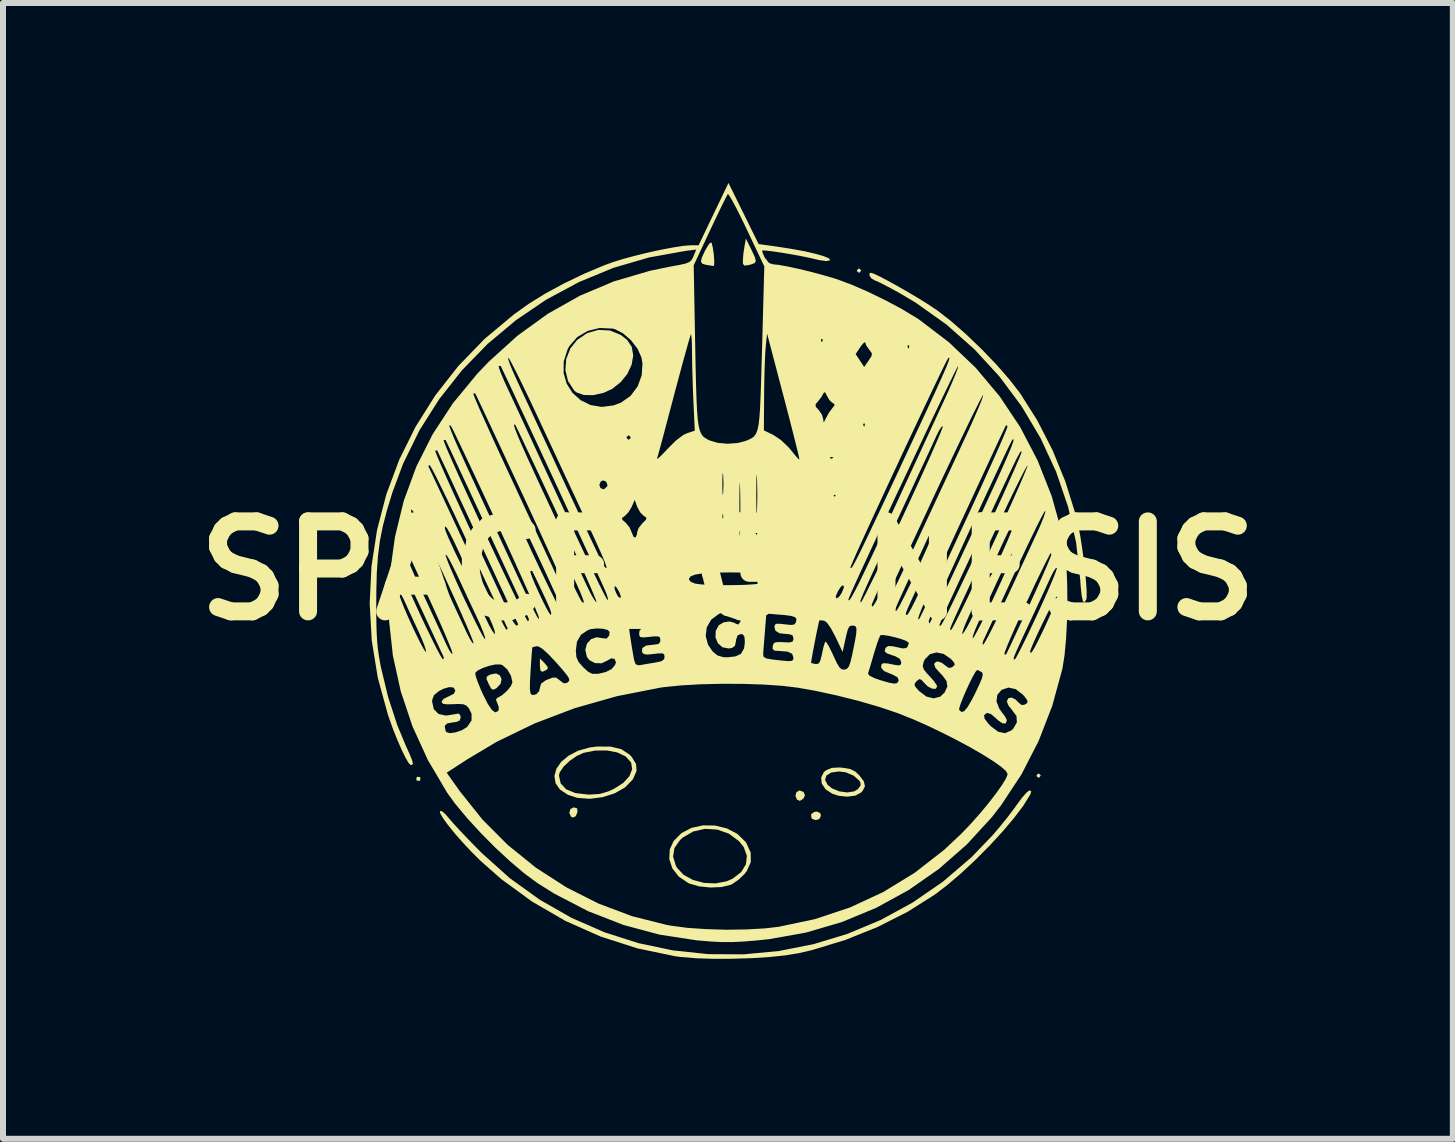
<source format=kicad_pcb>
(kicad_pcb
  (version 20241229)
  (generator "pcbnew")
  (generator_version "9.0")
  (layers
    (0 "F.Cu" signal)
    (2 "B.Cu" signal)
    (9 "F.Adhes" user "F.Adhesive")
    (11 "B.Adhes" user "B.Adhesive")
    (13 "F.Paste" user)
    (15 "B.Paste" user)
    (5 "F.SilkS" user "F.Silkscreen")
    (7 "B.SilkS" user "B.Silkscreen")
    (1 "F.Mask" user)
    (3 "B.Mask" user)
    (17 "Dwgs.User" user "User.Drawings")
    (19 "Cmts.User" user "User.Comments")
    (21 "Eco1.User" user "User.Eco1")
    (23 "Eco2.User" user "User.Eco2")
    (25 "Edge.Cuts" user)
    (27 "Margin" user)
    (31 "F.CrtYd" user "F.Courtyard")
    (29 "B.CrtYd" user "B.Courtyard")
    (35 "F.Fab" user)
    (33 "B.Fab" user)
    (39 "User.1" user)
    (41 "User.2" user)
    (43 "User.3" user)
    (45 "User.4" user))
  (footprint "SPACE_GENESIS"
    (layer "F.Cu")
    (at 9.086 6.464)
    (property "Reference" "SPACE_GENESIS" (at 0 0 0) (layer "F.SilkS") (effects (font (size 1.5 1.5) (thickness 0.3))))
    (attr board_only exclude_from_pos_files exclude_from_bom)
    (fp_poly (pts (xy -5.136 3.44) (xy -5.128 3.449) (xy -5.131 3.495) (xy -5.14 3.503) (xy -5.186 3.5) (xy -5.194 3.491) (xy -5.191 3.445) (xy -5.182 3.437)) (stroke (width 0) (type solid)) (fill yes) (layer "F.SilkS"))
    (fp_poly (pts (xy 2.218 -5.011) (xy 2.219 -5.002) (xy 2.193 -4.968) (xy 2.184 -4.967) (xy 2.15 -4.994) (xy 2.149 -5.002) (xy 2.176 -5.037) (xy 2.184 -5.038)) (stroke (width 0) (type solid)) (fill yes) (layer "F.SilkS"))
    (fp_poly (pts (xy 5.213 3.409) (xy 5.214 3.417) (xy 5.187 3.451) (xy 5.179 3.452) (xy 5.144 3.426) (xy 5.143 3.417) (xy 5.17 3.383) (xy 5.179 3.382)) (stroke (width 0) (type solid)) (fill yes) (layer "F.SilkS"))
    (fp_poly (pts (xy -3.056 1.543) (xy -3.006 1.602) (xy -3.006 1.637) (xy -3.03 1.656) (xy -3.095 1.687) (xy -3.127 1.664) (xy -3.135 1.579) (xy -3.135 1.577) (xy -3.135 1.464)) (stroke (width 0) (type solid)) (fill yes) (layer "F.SilkS"))
    (fp_poly (pts (xy -2.514 3.963) (xy -2.508 4.022) (xy -2.537 4.093) (xy -2.585 4.116) (xy -2.618 4.099) (xy -2.645 4.036) (xy -2.626 3.974) (xy -2.57 3.946) (xy -2.569 3.946)) (stroke (width 0) (type solid)) (fill yes) (layer "F.SilkS"))
    (fp_poly (pts (xy 1.261 3.689) (xy 1.284 3.746) (xy 1.258 3.8) (xy 1.199 3.838) (xy 1.151 3.816) (xy 1.125 3.755) (xy 1.142 3.693) (xy 1.192 3.664) (xy 1.194 3.664)) (stroke (width 0) (type solid)) (fill yes) (layer "F.SilkS"))
    (fp_poly (pts (xy 1.539 4.042) (xy 1.55 4.087) (xy 1.523 4.14) (xy 1.463 4.159) (xy 1.404 4.137) (xy 1.392 4.122) (xy 1.386 4.063) (xy 1.435 4.023) (xy 1.482 4.016)) (stroke (width 0) (type solid)) (fill yes) (layer "F.SilkS"))
    (fp_poly (pts (xy 0.395 -5.342) (xy 0.448 -5.229) (xy 0.465 -5.163) (xy 0.444 -5.127) (xy 0.381 -5.104) (xy 0.343 -5.095) (xy 0.274 -5.086) (xy 0.25 -5.116) (xy 0.249 -5.169) (xy 0.256 -5.271) (xy 0.273 -5.39) (xy 0.275 -5.402) (xy 0.299 -5.537)) (stroke (width 0) (type solid)) (fill yes) (layer "F.SilkS"))
    (fp_poly (pts (xy -3.802 1.746) (xy -3.774 1.81) (xy -3.791 1.887) (xy -3.859 1.959) (xy -3.86 1.96) (xy -3.91 1.985) (xy -3.946 1.968) (xy -3.985 1.898) (xy -3.989 1.889) (xy -4.024 1.81) (xy -4.022 1.769) (xy -3.978 1.74) (xy -3.957 1.73) (xy -3.865 1.713)) (stroke (width 0) (type solid)) (fill yes) (layer "F.SilkS"))
    (fp_poly (pts (xy -0.27 -5.46) (xy -0.252 -5.382) (xy -0.237 -5.282) (xy -0.229 -5.182) (xy -0.229 -5.107) (xy -0.238 -5.078) (xy -0.238 -5.078) (xy -0.289 -5.087) (xy -0.361 -5.098) (xy -0.425 -5.116) (xy -0.45 -5.152) (xy -0.436 -5.219) (xy -0.384 -5.331) (xy -0.371 -5.355) (xy -0.316 -5.447) (xy -0.28 -5.473)) (stroke (width 0) (type solid)) (fill yes) (layer "F.SilkS"))
    (fp_poly (pts (xy -1.969 -4.004) (xy -1.788 -3.931) (xy -1.682 -3.849) (xy -1.603 -3.729) (xy -1.579 -3.587) (xy -1.606 -3.433) (xy -1.677 -3.281) (xy -1.788 -3.143) (xy -1.933 -3.029) (xy -2.075 -2.964) (xy -2.247 -2.926) (xy -2.403 -2.929) (xy -2.525 -2.972) (xy -2.563 -3.003) (xy -2.666 -3.161) (xy -2.71 -3.341) (xy -2.697 -3.527) (xy -2.627 -3.705) (xy -2.514 -3.847) (xy -2.345 -3.962) (xy -2.158 -4.014)) (stroke (width 0) (type solid)) (fill yes) (layer "F.SilkS"))
    (fp_poly (pts (xy 1.91 3.285) (xy 2.035 3.306) (xy 2.123 3.349) (xy 2.191 3.413) (xy 2.266 3.514) (xy 2.284 3.594) (xy 2.246 3.67) (xy 2.219 3.699) (xy 2.124 3.75) (xy 1.99 3.768) (xy 1.841 3.752) (xy 1.738 3.718) (xy 1.627 3.644) (xy 1.564 3.549) (xy 1.558 3.488) (xy 1.619 3.488) (xy 1.66 3.569) (xy 1.735 3.629) (xy 1.859 3.68) (xy 1.991 3.697) (xy 2.106 3.679) (xy 2.164 3.644) (xy 2.212 3.581) (xy 2.208 3.529) (xy 2.192 3.503) (xy 2.096 3.417) (xy 1.961 3.361) (xy 1.849 3.347) (xy 1.718 3.366) (xy 1.64 3.417) (xy 1.619 3.488) (xy 1.558 3.488) (xy 1.554 3.448) (xy 1.6 3.357) (xy 1.639 3.326) (xy 1.73 3.288) (xy 1.854 3.281)) (stroke (width 0) (type solid)) (fill yes) (layer "F.SilkS"))
    (fp_poly (pts (xy -1.955 2.933) (xy -1.779 2.976) (xy -1.644 3.063) (xy -1.604 3.105) (xy -1.532 3.223) (xy -1.524 3.338) (xy -1.579 3.466) (xy -1.594 3.489) (xy -1.718 3.615) (xy -1.889 3.712) (xy -2.09 3.776) (xy -2.302 3.803) (xy -2.508 3.788) (xy -2.666 3.738) (xy -2.801 3.649) (xy -2.875 3.541) (xy -2.893 3.423) (xy -2.891 3.414) (xy -2.818 3.414) (xy -2.788 3.547) (xy -2.697 3.645) (xy -2.547 3.707) (xy -2.339 3.732) (xy -2.305 3.733) (xy -2.137 3.722) (xy -1.991 3.679) (xy -1.9 3.637) (xy -1.745 3.538) (xy -1.643 3.426) (xy -1.597 3.31) (xy -1.614 3.2) (xy -1.618 3.193) (xy -1.707 3.096) (xy -1.846 3.03) (xy -2.021 2.997) (xy -2.216 2.999) (xy -2.407 3.037) (xy -2.523 3.09) (xy -2.64 3.172) (xy -2.739 3.266) (xy -2.803 3.359) (xy -2.818 3.414) (xy -2.891 3.414) (xy -2.86 3.302) (xy -2.779 3.186) (xy -2.656 3.084) (xy -2.496 3.001) (xy -2.302 2.947) (xy -2.18 2.932)) (stroke (width 0) (type solid)) (fill yes) (layer "F.SilkS"))
    (fp_poly (pts (xy -0.215 4.249) (xy -0.02 4.296) (xy 0.154 4.386) (xy 0.293 4.521) (xy 0.307 4.541) (xy 0.379 4.7) (xy 0.381 4.858) (xy 0.313 5.009) (xy 0.274 5.059) (xy 0.18 5.149) (xy 0.079 5.22) (xy 0.046 5.237) (xy -0.106 5.274) (xy -0.292 5.282) (xy -0.481 5.263) (xy -0.643 5.216) (xy -0.663 5.207) (xy -0.82 5.1) (xy -0.927 4.963) (xy -0.978 4.808) (xy -0.976 4.767) (xy -0.915 4.767) (xy -0.868 4.919) (xy -0.849 4.953) (xy -0.739 5.071) (xy -0.583 5.156) (xy -0.399 5.205) (xy -0.205 5.214) (xy -0.021 5.178) (xy 0.078 5.135) (xy 0.221 5.024) (xy 0.301 4.893) (xy 0.315 4.752) (xy 0.263 4.608) (xy 0.184 4.509) (xy 0.015 4.384) (xy -0.179 4.316) (xy -0.382 4.304) (xy -0.578 4.348) (xy -0.753 4.449) (xy -0.8 4.492) (xy -0.892 4.624) (xy -0.915 4.767) (xy -0.976 4.767) (xy -0.97 4.648) (xy -0.907 4.509) (xy -0.777 4.376) (xy -0.608 4.288) (xy -0.416 4.246)) (stroke (width 0) (type solid)) (fill yes) (layer "F.SilkS"))
    (fp_poly (pts (xy 2.435 -4.95) (xy 2.536 -4.902) (xy 2.672 -4.83) (xy 2.832 -4.742) (xy 3.002 -4.644) (xy 3.171 -4.544) (xy 3.327 -4.447) (xy 3.457 -4.361) (xy 3.487 -4.341) (xy 3.719 -4.161) (xy 3.973 -3.938) (xy 4.233 -3.689) (xy 4.481 -3.43) (xy 4.702 -3.176) (xy 4.87 -2.959) (xy 5.156 -2.507) (xy 5.411 -2.01) (xy 5.625 -1.486) (xy 5.79 -0.957) (xy 5.843 -0.736) (xy 5.874 -0.576) (xy 5.903 -0.39) (xy 5.93 -0.191) (xy 5.953 0.005) (xy 5.97 0.185) (xy 5.98 0.335) (xy 5.98 0.44) (xy 5.975 0.479) (xy 5.944 0.529) (xy 5.918 0.508) (xy 5.897 0.417) (xy 5.88 0.256) (xy 5.873 0.15) (xy 5.805 -0.465) (xy 5.67 -1.066) (xy 5.471 -1.649) (xy 5.212 -2.209) (xy 4.897 -2.739) (xy 4.528 -3.235) (xy 4.108 -3.692) (xy 3.642 -4.104) (xy 3.132 -4.467) (xy 2.867 -4.625) (xy 2.719 -4.706) (xy 2.587 -4.775) (xy 2.487 -4.824) (xy 2.44 -4.843) (xy 2.388 -4.876) (xy 2.359 -4.923) (xy 2.362 -4.96) (xy 2.382 -4.967)) (stroke (width 0) (type solid)) (fill yes) (layer "F.SilkS"))
    (fp_poly (pts (xy 5.057 3.676) (xy 5.044 3.723) (xy 5.033 3.743) (xy 4.924 3.919) (xy 4.768 4.125) (xy 4.576 4.352) (xy 4.358 4.588) (xy 4.126 4.822) (xy 3.888 5.044) (xy 3.656 5.242) (xy 3.452 5.398) (xy 2.997 5.686) (xy 2.493 5.941) (xy 1.958 6.156) (xy 1.41 6.323) (xy 1.18 6.377) (xy 0.961 6.413) (xy 0.691 6.441) (xy 0.388 6.46) (xy 0.069 6.47) (xy -0.245 6.471) (xy -0.537 6.461) (xy -0.788 6.44) (xy -0.874 6.429) (xy -1.509 6.297) (xy -2.122 6.1) (xy -2.709 5.839) (xy -3.264 5.518) (xy -3.783 5.139) (xy -4.127 4.835) (xy -4.278 4.685) (xy -4.424 4.529) (xy -4.556 4.378) (xy -4.667 4.241) (xy -4.75 4.127) (xy -4.797 4.045) (xy -4.803 4.007) (xy -4.769 4.009) (xy -4.706 4.064) (xy -4.655 4.124) (xy -4.588 4.202) (xy -4.482 4.318) (xy -4.349 4.458) (xy -4.201 4.61) (xy -4.107 4.705) (xy -3.638 5.126) (xy -3.137 5.486) (xy -2.61 5.787) (xy -2.06 6.028) (xy -1.494 6.209) (xy -0.915 6.331) (xy -0.328 6.393) (xy 0.261 6.396) (xy 0.848 6.341) (xy 1.429 6.226) (xy 1.997 6.053) (xy 2.549 5.822) (xy 3.08 5.532) (xy 3.585 5.184) (xy 4.059 4.778) (xy 4.414 4.409) (xy 4.54 4.261) (xy 4.671 4.098) (xy 4.783 3.949) (xy 4.816 3.902) (xy 4.898 3.791) (xy 4.969 3.708) (xy 5.019 3.666) (xy 5.028 3.664)) (stroke (width 0) (type solid)) (fill yes) (layer "F.SilkS"))
    (fp_poly (pts (xy 0.26 -5.955) (xy 0.511 -5.445) (xy 0.828 -5.401) (xy 1.065 -5.364) (xy 1.277 -5.325) (xy 1.455 -5.284) (xy 1.592 -5.245) (xy 1.678 -5.21) (xy 1.704 -5.18) (xy 1.7 -5.174) (xy 1.641 -5.161) (xy 1.519 -5.178) (xy 1.449 -5.195) (xy 1.335 -5.221) (xy 1.191 -5.25) (xy 1.033 -5.278) (xy 0.877 -5.304) (xy 0.738 -5.324) (xy 0.632 -5.337) (xy 0.575 -5.339) (xy 0.57 -5.337) (xy 0.577 -5.302) (xy 0.608 -5.23) (xy 0.615 -5.217) (xy 0.685 -5.129) (xy 0.75 -5.108) (xy 0.848 -5.098) (xy 0.997 -5.071) (xy 1.181 -5.031) (xy 1.383 -4.982) (xy 1.585 -4.928) (xy 1.773 -4.873) (xy 1.8 -4.865) (xy 2.05 -4.773) (xy 2.333 -4.65) (xy 2.626 -4.508) (xy 2.906 -4.358) (xy 3.149 -4.211) (xy 3.189 -4.185) (xy 3.684 -3.808) (xy 4.131 -3.382) (xy 4.529 -2.908) (xy 4.874 -2.391) (xy 5.164 -1.834) (xy 5.398 -1.241) (xy 5.573 -0.614) (xy 5.591 -0.528) (xy 5.623 -0.324) (xy 5.644 -0.067) (xy 5.656 0.226) (xy 5.659 0.537) (xy 5.652 0.85) (xy 5.636 1.148) (xy 5.611 1.413) (xy 5.577 1.628) (xy 5.574 1.642) (xy 5.407 2.252) (xy 5.18 2.838) (xy 4.896 3.392) (xy 4.558 3.905) (xy 4.401 4.108) (xy 3.981 4.566) (xy 3.516 4.973) (xy 3.01 5.326) (xy 2.469 5.622) (xy 1.897 5.859) (xy 1.299 6.034) (xy 0.681 6.144) (xy 0.487 6.164) (xy 0.257 6.183) (xy 0.071 6.192) (xy -0.098 6.192) (xy -0.278 6.183) (xy -0.493 6.165) (xy -0.527 6.162) (xy -1.14 6.068) (xy -1.743 5.906) (xy -2.329 5.678) (xy -2.892 5.386) (xy -3.172 5.211) (xy -3.387 5.053) (xy -3.626 4.851) (xy -3.877 4.619) (xy -4.123 4.371) (xy -4.352 4.121) (xy -4.549 3.884) (xy -4.682 3.701) (xy -4.878 3.368) (xy -4.689 3.368) (xy -4.467 3.681) (xy -4.093 4.149) (xy -3.668 4.575) (xy -3.2 4.953) (xy -2.694 5.279) (xy -2.158 5.55) (xy -1.599 5.76) (xy -1.024 5.905) (xy -0.953 5.918) (xy -0.682 5.954) (xy -0.364 5.976) (xy -0.025 5.986) (xy 0.312 5.981) (xy 0.624 5.963) (xy 0.845 5.937) (xy 1.452 5.809) (xy 2.034 5.615) (xy 2.588 5.358) (xy 3.111 5.038) (xy 3.6 4.658) (xy 3.892 4.384) (xy 4.045 4.224) (xy 4.197 4.053) (xy 4.34 3.881) (xy 4.466 3.719) (xy 4.567 3.576) (xy 4.636 3.464) (xy 4.663 3.392) (xy 4.663 3.392) (xy 4.635 3.34) (xy 4.551 3.266) (xy 4.419 3.173) (xy 4.248 3.066) (xy 4.047 2.949) (xy 3.822 2.828) (xy 3.584 2.707) (xy 3.341 2.59) (xy 3.1 2.483) (xy 2.916 2.409) (xy 4.27 2.409) (xy 4.278 2.466) (xy 4.342 2.551) (xy 4.382 2.593) (xy 4.506 2.686) (xy 4.62 2.709) (xy 4.724 2.664) (xy 4.755 2.636) (xy 4.817 2.529) (xy 4.81 2.423) (xy 4.738 2.325) (xy 4.678 2.25) (xy 4.65 2.182) (xy 4.65 2.178) (xy 4.674 2.126) (xy 4.73 2.116) (xy 4.796 2.148) (xy 4.831 2.186) (xy 4.893 2.239) (xy 4.941 2.236) (xy 4.991 2.206) (xy 4.992 2.164) (xy 4.942 2.095) (xy 4.917 2.067) (xy 4.798 1.975) (xy 4.676 1.949) (xy 4.562 1.987) (xy 4.49 2.071) (xy 4.477 2.18) (xy 4.523 2.3) (xy 4.562 2.354) (xy 4.619 2.43) (xy 4.649 2.488) (xy 4.65 2.495) (xy 4.63 2.547) (xy 4.577 2.545) (xy 4.5 2.492) (xy 4.473 2.465) (xy 4.39 2.394) (xy 4.325 2.371) (xy 4.316 2.373) (xy 4.27 2.409) (xy 2.916 2.409) (xy 2.871 2.391) (xy 2.836 2.377) (xy 2.614 2.302) (xy 3.854 2.302) (xy 3.855 2.32) (xy 3.893 2.356) (xy 3.938 2.343) (xy 3.994 2.276) (xy 4.067 2.151) (xy 4.123 2.042) (xy 4.193 1.893) (xy 4.234 1.795) (xy 4.248 1.735) (xy 4.24 1.701) (xy 4.227 1.69) (xy 4.172 1.661) (xy 4.155 1.656) (xy 4.128 1.686) (xy 4.083 1.764) (xy 4.027 1.875) (xy 3.969 2.001) (xy 3.916 2.125) (xy 3.875 2.231) (xy 3.854 2.302) (xy 2.614 2.302) (xy 2.531 2.274) (xy 2.181 2.172) (xy 1.81 2.079) (xy 1.443 2) (xy 1.158 1.95) (xy 0.897 1.919) (xy 0.585 1.898) (xy 0.242 1.887) (xy -0.113 1.886) (xy -0.462 1.894) (xy -0.784 1.913) (xy -1.062 1.941) (xy -1.127 1.95) (xy -1.853 2.093) (xy -2.556 2.293) (xy -3.226 2.548) (xy -3.858 2.854) (xy -4.344 3.144) (xy -4.689 3.368) (xy -4.878 3.368) (xy -5.001 3.161) (xy -5.259 2.596) (xy -5.397 2.184) (xy -4.932 2.184) (xy -4.904 2.309) (xy -4.825 2.389) (xy -4.707 2.415) (xy -4.658 2.41) (xy -4.563 2.394) (xy -4.498 2.383) (xy -4.492 2.382) (xy -4.463 2.408) (xy -4.456 2.448) (xy -4.472 2.498) (xy -4.529 2.522) (xy -4.589 2.53) (xy -4.681 2.547) (xy -4.718 2.583) (xy -4.721 2.603) (xy -4.707 2.671) (xy -4.694 2.692) (xy -4.635 2.709) (xy -4.541 2.696) (xy -4.438 2.661) (xy -4.353 2.609) (xy -4.346 2.602) (xy -4.275 2.498) (xy -4.274 2.386) (xy -4.319 2.295) (xy -4.361 2.248) (xy -4.417 2.226) (xy -4.508 2.222) (xy -4.575 2.226) (xy -4.691 2.228) (xy -4.753 2.218) (xy -4.773 2.191) (xy -4.774 2.184) (xy -4.743 2.139) (xy -4.668 2.101) (xy -4.659 2.098) (xy -4.57 2.053) (xy -4.545 2.001) (xy -4.571 1.95) (xy -4.642 1.94) (xy -4.744 1.969) (xy -4.818 2.008) (xy -4.9 2.074) (xy -4.93 2.151) (xy -4.932 2.184) (xy -5.397 2.184) (xy -5.455 2.012) (xy -5.522 1.705) (xy -4.213 1.705) (xy -4.206 1.754) (xy -4.174 1.849) (xy -4.123 1.975) (xy -4.088 2.054) (xy -4.004 2.221) (xy -3.935 2.322) (xy -3.879 2.362) (xy -3.834 2.341) (xy -3.823 2.326) (xy -3.821 2.272) (xy -3.843 2.213) (xy -3.868 2.15) (xy -3.847 2.122) (xy -3.844 2.121) (xy -3.765 2.076) (xy -3.683 2.003) (xy -3.661 1.977) (xy -3.302 1.977) (xy -3.292 2.044) (xy -3.269 2.072) (xy -3.229 2.07) (xy -3.191 2.057) (xy -3.148 2.009) (xy -3.135 1.952) (xy -3.116 1.885) (xy -3.115 1.884) (xy 3.112 1.884) (xy 3.116 1.924) (xy 3.165 1.984) (xy 3.186 2.006) (xy 3.307 2.098) (xy 3.428 2.129) (xy 3.539 2.101) (xy 3.612 2.031) (xy 3.658 1.932) (xy 3.644 1.839) (xy 3.569 1.738) (xy 3.537 1.707) (xy 3.459 1.62) (xy 3.436 1.555) (xy 3.47 1.519) (xy 3.507 1.515) (xy 3.569 1.538) (xy 3.623 1.58) (xy 3.682 1.623) (xy 3.734 1.611) (xy 3.747 1.602) (xy 3.78 1.569) (xy 3.771 1.532) (xy 3.719 1.474) (xy 4.764 1.474) (xy 4.773 1.479) (xy 4.782 1.48) (xy 4.804 1.449) (xy 4.85 1.363) (xy 4.857 1.35) (xy 5.038 1.35) (xy 5.045 1.375) (xy 5.069 1.353) (xy 5.113 1.281) (xy 5.178 1.154) (xy 5.268 0.968) (xy 5.287 0.927) (xy 5.363 0.761) (xy 5.425 0.616) (xy 5.469 0.503) (xy 5.488 0.436) (xy 5.488 0.427) (xy 5.472 0.442) (xy 5.432 0.509) (xy 5.376 0.614) (xy 5.31 0.745) (xy 5.24 0.888) (xy 5.171 1.032) (xy 5.111 1.163) (xy 5.065 1.269) (xy 5.04 1.336) (xy 5.038 1.35) (xy 4.857 1.35) (xy 4.917 1.231) (xy 5 1.062) (xy 5.094 0.864) (xy 5.154 0.736) (xy 5.251 0.523) (xy 5.337 0.33) (xy 5.406 0.168) (xy 5.456 0.044) (xy 5.482 -0.031) (xy 5.484 -0.048) (xy 5.464 -0.041) (xy 5.425 0.019) (xy 5.381 0.106) (xy 5.337 0.202) (xy 5.27 0.348) (xy 5.186 0.527) (xy 5.094 0.725) (xy 5.024 0.875) (xy 4.926 1.085) (xy 4.855 1.24) (xy 4.806 1.348) (xy 4.777 1.417) (xy 4.764 1.456) (xy 4.764 1.474) (xy 3.719 1.474) (xy 3.716 1.471) (xy 3.598 1.389) (xy 4.607 1.389) (xy 4.607 1.39) (xy 4.635 1.401) (xy 4.635 1.4) (xy 4.652 1.367) (xy 4.694 1.279) (xy 4.758 1.143) (xy 4.839 0.969) (xy 4.935 0.765) (xy 5.036 0.547) (xy 5.14 0.32) (xy 5.233 0.111) (xy 5.312 -0.068) (xy 5.371 -0.211) (xy 5.407 -0.307) (xy 5.418 -0.347) (xy 5.401 -0.33) (xy 5.359 -0.256) (xy 5.295 -0.133) (xy 5.214 0.031) (xy 5.118 0.229) (xy 5.013 0.454) (xy 4.998 0.486) (xy 4.891 0.718) (xy 4.797 0.927) (xy 4.717 1.108) (xy 4.657 1.25) (xy 4.619 1.347) (xy 4.607 1.389) (xy 3.598 1.389) (xy 3.597 1.388) (xy 3.476 1.363) (xy 3.366 1.393) (xy 3.283 1.477) (xy 3.261 1.525) (xy 3.247 1.588) (xy 3.263 1.643) (xy 3.319 1.714) (xy 3.357 1.754) (xy 3.431 1.837) (xy 3.478 1.905) (xy 3.488 1.93) (xy 3.464 1.969) (xy 3.406 1.968) (xy 3.334 1.932) (xy 3.278 1.878) (xy 3.224 1.818) (xy 3.188 1.808) (xy 3.145 1.843) (xy 3.112 1.884) (xy -3.115 1.884) (xy -3.047 1.833) (xy -3.006 1.814) (xy -2.919 1.782) (xy -2.866 1.783) (xy -2.815 1.819) (xy -2.801 1.831) (xy -2.739 1.877) (xy -2.689 1.873) (xy -2.668 1.858) (xy -2.646 1.834) (xy -2.649 1.799) (xy -2.681 1.745) (xy -2.749 1.661) (xy -2.859 1.536) (xy -2.862 1.532) (xy -2.996 1.39) (xy -3.06 1.332) (xy -2.536 1.332) (xy -2.527 1.44) (xy -2.49 1.523) (xy -2.412 1.611) (xy -2.33 1.686) (xy -2.263 1.719) (xy -2.182 1.72) (xy -2.145 1.716) (xy -2.142 1.715) (xy 2.335 1.715) (xy 2.358 1.749) (xy 2.441 1.791) (xy 2.542 1.826) (xy 2.683 1.867) (xy 2.771 1.883) (xy 2.819 1.875) (xy 2.842 1.842) (xy 2.847 1.824) (xy 2.825 1.775) (xy 2.737 1.729) (xy 2.706 1.718) (xy 2.601 1.672) (xy 2.557 1.621) (xy 2.554 1.6) (xy 2.562 1.558) (xy 2.594 1.542) (xy 2.666 1.547) (xy 2.774 1.569) (xy 2.853 1.58) (xy 2.884 1.562) (xy 2.889 1.525) (xy 2.865 1.469) (xy 2.788 1.426) (xy 2.748 1.413) (xy 2.651 1.379) (xy 2.613 1.346) (xy 2.622 1.3) (xy 2.635 1.279) (xy 2.672 1.256) (xy 2.746 1.26) (xy 2.814 1.275) (xy 2.915 1.296) (xy 2.971 1.29) (xy 2.996 1.266) (xy 3.011 1.222) (xy 4.243 1.222) (xy 4.256 1.233) (xy 4.279 1.202) (xy 4.327 1.116) (xy 4.395 0.984) (xy 4.479 0.814) (xy 4.574 0.614) (xy 4.643 0.467) (xy 4.755 0.227) (xy 4.866 -0.014) (xy 4.972 -0.241) (xy 5.064 -0.44) (xy 5.136 -0.595) (xy 5.158 -0.642) (xy 5.22 -0.783) (xy 5.266 -0.898) (xy 5.29 -0.976) (xy 5.291 -1) (xy 5.27 -0.973) (xy 5.225 -0.889) (xy 5.157 -0.756) (xy 5.071 -0.58) (xy 4.97 -0.37) (xy 4.858 -0.132) (xy 4.775 0.047) (xy 4.657 0.304) (xy 4.547 0.542) (xy 4.449 0.754) (xy 4.367 0.931) (xy 4.305 1.065) (xy 4.266 1.148) (xy 4.255 1.171) (xy 4.243 1.222) (xy 3.011 1.222) (xy 3.014 1.212) (xy 3.011 1.197) (xy 2.968 1.169) (xy 2.88 1.137) (xy 2.835 1.125) (xy 4.08 1.125) (xy 4.083 1.127) (xy 4.106 1.097) (xy 4.153 1.012) (xy 4.221 0.881) (xy 4.303 0.713) (xy 4.397 0.519) (xy 4.436 0.436) (xy 4.555 0.179) (xy 4.643 -0.018) (xy 4.703 -0.158) (xy 4.734 -0.243) (xy 4.738 -0.277) (xy 4.716 -0.263) (xy 4.696 -0.239) (xy 4.672 -0.199) (xy 4.63 -0.117) (xy 4.567 0.013) (xy 4.482 0.193) (xy 4.373 0.429) (xy 4.238 0.723) (xy 4.17 0.872) (xy 4.119 0.99) (xy 4.087 1.079) (xy 4.08 1.125) (xy 2.835 1.125) (xy 2.771 1.107) (xy 2.663 1.083) (xy 2.578 1.072) (xy 2.541 1.077) (xy 2.519 1.124) (xy 2.484 1.221) (xy 2.444 1.349) (xy 2.431 1.392) (xy 2.392 1.527) (xy 2.359 1.638) (xy 2.338 1.706) (xy 2.335 1.715) (xy -2.142 1.715) (xy -2.036 1.689) (xy -1.947 1.645) (xy -1.935 1.636) (xy -1.883 1.573) (xy -1.867 1.529) (xy -1.891 1.47) (xy -1.948 1.462) (xy -2.007 1.496) (xy -2.105 1.544) (xy -2.216 1.541) (xy -2.311 1.491) (xy -2.353 1.435) (xy -2.378 1.32) (xy -2.351 1.217) (xy -2.283 1.142) (xy -2.187 1.11) (xy -2.104 1.124) (xy -2.023 1.133) (xy -1.98 1.082) (xy -1.973 1.02) (xy -2.004 0.989) (xy -2.081 0.969) (xy -2.181 0.963) (xy -2.28 0.973) (xy -2.327 0.987) (xy -2.449 1.066) (xy -2.517 1.183) (xy -2.536 1.332) (xy -3.06 1.332) (xy -3.095 1.301) (xy -3.163 1.262) (xy -3.185 1.26) (xy -3.245 1.272) (xy -3.261 1.278) (xy -3.265 1.314) (xy -3.273 1.406) (xy -3.282 1.54) (xy -3.291 1.682) (xy -3.301 1.86) (xy -3.302 1.977) (xy -3.661 1.977) (xy -3.619 1.924) (xy -3.593 1.862) (xy -3.618 1.751) (xy -3.678 1.647) (xy -3.758 1.576) (xy -3.789 1.564) (xy -3.872 1.563) (xy -3.981 1.586) (xy -4.091 1.624) (xy -4.178 1.668) (xy -4.213 1.705) (xy -5.522 1.705) (xy -5.586 1.416) (xy -5.652 0.814) (xy -5.651 0.374) (xy -5.484 0.374) (xy -5.476 0.418) (xy -5.443 0.51) (xy -5.392 0.635) (xy -5.329 0.78) (xy -5.26 0.933) (xy -5.19 1.08) (xy -5.127 1.207) (xy -5.075 1.302) (xy -5.042 1.351) (xy -5.034 1.354) (xy -5.037 1.318) (xy -5.066 1.231) (xy -5.116 1.109) (xy -5.167 0.995) (xy -5.243 0.833) (xy -5.315 0.677) (xy -5.373 0.548) (xy -5.398 0.493) (xy -5.441 0.41) (xy -5.473 0.371) (xy -5.484 0.374) (xy -5.651 0.374) (xy -5.65 0.215) (xy -5.64 0.074) (xy -5.625 -0.028) (xy -5.453 -0.028) (xy -5.442 0.018) (xy -5.405 0.114) (xy -5.348 0.251) (xy -5.275 0.416) (xy -5.192 0.599) (xy -5.104 0.79) (xy -5.015 0.977) (xy -4.931 1.149) (xy -4.858 1.296) (xy -4.799 1.406) (xy -4.761 1.469) (xy -4.75 1.48) (xy -4.736 1.454) (xy -4.749 1.418) (xy -4.772 1.369) (xy -4.82 1.266) (xy -4.888 1.12) (xy -4.972 0.939) (xy -5.066 0.736) (xy -5.111 0.639) (xy -5.206 0.436) (xy -5.292 0.259) (xy -5.363 0.118) (xy -5.417 0.02) (xy -5.447 -0.027) (xy -5.453 -0.028) (xy -5.625 -0.028) (xy -5.577 -0.379) (xy -5.41 -0.379) (xy -5.402 -0.343) (xy -5.367 -0.252) (xy -5.311 -0.117) (xy -5.236 0.054) (xy -5.147 0.25) (xy -5.106 0.34) (xy -5.004 0.559) (xy -4.907 0.769) (xy -4.82 0.956) (xy -4.75 1.109) (xy -4.702 1.215) (xy -4.693 1.233) (xy -4.646 1.328) (xy -4.608 1.382) (xy -4.591 1.386) (xy -4.601 1.344) (xy -4.638 1.248) (xy -4.697 1.105) (xy -4.775 0.924) (xy -4.868 0.715) (xy -4.972 0.488) (xy -5.093 0.225) (xy -5.187 0.02) (xy -5.259 -0.135) (xy -5.312 -0.246) (xy -5.349 -0.321) (xy -5.373 -0.365) (xy -5.388 -0.386) (xy -5.398 -0.39) (xy -5.405 -0.385) (xy -5.41 -0.379) (xy -5.577 -0.379) (xy -5.551 -0.565) (xy -5.445 -1) (xy -5.284 -1) (xy -5.27 -0.959) (xy -5.23 -0.864) (xy -5.167 -0.722) (xy -5.086 -0.542) (xy -4.99 -0.332) (xy -4.884 -0.102) (xy -4.876 -0.085) (xy -4.762 0.159) (xy -4.652 0.395) (xy -4.552 0.611) (xy -4.466 0.796) (xy -4.4 0.938) (xy -4.361 1.022) (xy -4.308 1.127) (xy -4.266 1.196) (xy -4.242 1.215) (xy -4.24 1.213) (xy -4.251 1.173) (xy -4.289 1.077) (xy -4.349 0.933) (xy -4.43 0.748) (xy -4.527 0.53) (xy -4.638 0.287) (xy -4.722 0.103) (xy -4.868 -0.211) (xy -4.896 -0.271) (xy -4.708 -0.271) (xy -4.701 -0.234) (xy -4.668 -0.145) (xy -4.615 -0.017) (xy -4.546 0.141) (xy -4.466 0.317) (xy -4.381 0.5) (xy -4.295 0.679) (xy -4.215 0.844) (xy -4.145 0.982) (xy -4.09 1.084) (xy -4.056 1.137) (xy -4.048 1.143) (xy -4.051 1.106) (xy -4.081 1.02) (xy -4.131 0.897) (xy -4.191 0.766) (xy -4.283 0.57) (xy -4.347 0.434) (xy -4.18 0.434) (xy -4.173 0.471) (xy -4.142 0.558) (xy -4.091 0.679) (xy -4.045 0.779) (xy -3.982 0.909) (xy -3.93 1.002) (xy -3.894 1.051) (xy -3.882 1.05) (xy -3.892 0.994) (xy -3.929 0.894) (xy -3.985 0.767) (xy -4.016 0.704) (xy -4.081 0.58) (xy -4.136 0.487) (xy -4.171 0.438) (xy -4.18 0.434) (xy -4.347 0.434) (xy -4.386 0.349) (xy -4.484 0.139) (xy -4.523 0.056) (xy -4.591 -0.082) (xy -4.648 -0.191) (xy -4.69 -0.257) (xy -4.708 -0.271) (xy -4.896 -0.271) (xy -4.988 -0.466) (xy -5.083 -0.666) (xy -5.105 -0.712) (xy -4.721 -0.712) (xy -4.707 -0.662) (xy -4.669 -0.569) (xy -4.614 -0.446) (xy -4.55 -0.308) (xy -4.482 -0.168) (xy -4.417 -0.041) (xy -4.362 0.06) (xy -4.325 0.12) (xy -4.312 0.131) (xy -4.317 0.093) (xy -4.349 0.004) (xy -4.4 -0.123) (xy -4.468 -0.274) (xy -4.474 -0.289) (xy -4.568 -0.488) (xy -4.637 -0.626) (xy -4.684 -0.708) (xy -4.711 -0.737) (xy -4.721 -0.718) (xy -4.721 -0.712) (xy -5.105 -0.712) (xy -5.156 -0.816) (xy -5.21 -0.921) (xy -5.248 -0.987) (xy -5.271 -1.017) (xy -5.282 -1.016) (xy -5.284 -1) (xy -5.445 -1) (xy -5.403 -1.169) (xy -5.193 -1.74) (xy -5.192 -1.742) (xy -4.995 -1.742) (xy -4.992 -1.735) (xy -4.975 -1.698) (xy -4.931 -1.605) (xy -4.863 -1.461) (xy -4.776 -1.273) (xy -4.671 -1.048) (xy -4.552 -0.793) (xy -4.423 -0.515) (xy -4.351 -0.361) (xy -4.217 -0.074) (xy -4.092 0.192) (xy -3.977 0.43) (xy -3.878 0.634) (xy -3.796 0.798) (xy -3.736 0.915) (xy -3.7 0.977) (xy -3.692 0.986) (xy -3.672 0.966) (xy -3.674 0.96) (xy -3.691 0.923) (xy -3.735 0.83) (xy -3.803 0.685) (xy -3.89 0.498) (xy -3.995 0.273) (xy -4.114 0.018) (xy -4.243 -0.26) (xy -4.315 -0.414) (xy -4.449 -0.701) (xy -4.574 -0.967) (xy -4.688 -1.205) (xy -4.788 -1.409) (xy -4.869 -1.573) (xy -4.93 -1.69) (xy -4.966 -1.752) (xy -4.974 -1.761) (xy -4.995 -1.742) (xy -5.192 -1.742) (xy -5.061 -2.001) (xy -4.88 -2.001) (xy -4.87 -1.966) (xy -4.833 -1.874) (xy -4.772 -1.732) (xy -4.69 -1.547) (xy -4.59 -1.325) (xy -4.475 -1.074) (xy -4.349 -0.799) (xy -4.295 -0.683) (xy -4.161 -0.395) (xy -4.034 -0.121) (xy -3.917 0.13) (xy -3.816 0.35) (xy -3.732 0.533) (xy -3.669 0.669) (xy -3.631 0.752) (xy -3.625 0.766) (xy -3.579 0.855) (xy -3.537 0.909) (xy -3.522 0.916) (xy -3.496 0.898) (xy -3.498 0.893) (xy -1.655 0.893) (xy -1.65 0.95) (xy -1.636 1.055) (xy -1.616 1.186) (xy -1.594 1.321) (xy -1.574 1.438) (xy -1.564 1.491) (xy -1.539 1.56) (xy -1.491 1.577) (xy -1.45 1.572) (xy -1.354 1.555) (xy -1.249 1.538) (xy 1.386 1.538) (xy 1.42 1.548) (xy 1.462 1.556) (xy 1.506 1.552) (xy 1.535 1.514) (xy 1.56 1.425) (xy 1.568 1.386) (xy 1.591 1.279) (xy 1.614 1.203) (xy 1.624 1.183) (xy 1.647 1.202) (xy 1.689 1.273) (xy 1.741 1.38) (xy 1.755 1.411) (xy 1.815 1.539) (xy 1.859 1.613) (xy 1.899 1.646) (xy 1.943 1.65) (xy 1.944 1.65) (xy 1.984 1.636) (xy 2.015 1.598) (xy 2.042 1.524) (xy 2.072 1.399) (xy 2.084 1.339) (xy 2.12 1.162) (xy 2.139 1.045) (xy 3.905 1.045) (xy 3.908 1.057) (xy 3.934 1.027) (xy 3.983 0.947) (xy 4.044 0.831) (xy 4.083 0.752) (xy 4.144 0.62) (xy 4.188 0.513) (xy 4.21 0.445) (xy 4.211 0.429) (xy 4.196 0.42) (xy 4.178 0.431) (xy 4.152 0.471) (xy 4.112 0.552) (xy 4.05 0.683) (xy 4.02 0.75) (xy 3.962 0.88) (xy 3.922 0.984) (xy 3.905 1.045) (xy 2.139 1.045) (xy 2.139 1.042) (xy 2.142 0.985) (xy 3.704 0.985) (xy 3.709 0.988) (xy 3.718 0.986) (xy 3.722 0.986) (xy 3.742 0.955) (xy 3.79 0.867) (xy 3.86 0.728) (xy 3.95 0.545) (xy 4.056 0.324) (xy 4.155 0.116) (xy 4.333 0.116) (xy 4.341 0.139) (xy 4.365 0.115) (xy 4.409 0.039) (xy 4.475 -0.092) (xy 4.565 -0.284) (xy 4.575 -0.306) (xy 4.665 -0.507) (xy 4.725 -0.654) (xy 4.755 -0.745) (xy 4.753 -0.777) (xy 4.734 -0.765) (xy 4.708 -0.722) (xy 4.663 -0.631) (xy 4.603 -0.506) (xy 4.536 -0.362) (xy 4.469 -0.214) (xy 4.409 -0.077) (xy 4.362 0.033) (xy 4.336 0.102) (xy 4.333 0.116) (xy 4.155 0.116) (xy 4.176 0.072) (xy 4.306 -0.204) (xy 4.378 -0.36) (xy 4.512 -0.648) (xy 4.635 -0.917) (xy 4.745 -1.161) (xy 4.839 -1.372) (xy 4.913 -1.544) (xy 4.965 -1.669) (xy 4.992 -1.741) (xy 4.995 -1.755) (xy 4.979 -1.735) (xy 4.936 -1.657) (xy 4.87 -1.528) (xy 4.783 -1.353) (xy 4.68 -1.14) (xy 4.562 -0.894) (xy 4.434 -0.622) (xy 4.355 -0.453) (xy 4.196 -0.112) (xy 4.064 0.171) (xy 3.958 0.4) (xy 3.873 0.583) (xy 3.809 0.723) (xy 3.762 0.827) (xy 3.731 0.899) (xy 3.712 0.946) (xy 3.704 0.973) (xy 3.704 0.985) (xy 2.142 0.985) (xy 2.143 0.969) (xy 2.131 0.931) (xy 2.103 0.917) (xy 2.079 0.916) (xy 2.043 0.919) (xy 2.018 0.939) (xy 1.996 0.988) (xy 1.972 1.08) (xy 1.942 1.215) (xy 1.912 1.356) (xy 1.793 1.104) (xy 1.717 0.961) (xy 1.679 0.907) (xy 3.527 0.907) (xy 3.527 0.918) (xy 3.533 0.919) (xy 3.542 0.917) (xy 3.547 0.916) (xy 3.568 0.885) (xy 3.616 0.796) (xy 3.686 0.657) (xy 3.776 0.472) (xy 3.883 0.249) (xy 4.004 -0.005) (xy 4.136 -0.285) (xy 4.238 -0.506) (xy 4.375 -0.802) (xy 4.502 -1.08) (xy 4.617 -1.332) (xy 4.715 -1.552) (xy 4.796 -1.734) (xy 4.854 -1.869) (xy 4.888 -1.953) (xy 4.895 -1.977) (xy 4.893 -1.991) (xy 4.885 -1.99) (xy 4.868 -1.969) (xy 4.842 -1.923) (xy 4.802 -1.847) (xy 4.748 -1.736) (xy 4.676 -1.585) (xy 4.584 -1.39) (xy 4.469 -1.146) (xy 4.33 -0.847) (xy 4.165 -0.493) (xy 4.008 -0.155) (xy 3.878 0.124) (xy 3.773 0.351) (xy 3.69 0.53) (xy 3.627 0.668) (xy 3.582 0.769) (xy 3.552 0.838) (xy 3.534 0.883) (xy 3.527 0.907) (xy 1.679 0.907) (xy 1.65 0.867) (xy 1.616 0.841) (xy 3.347 0.841) (xy 3.355 0.878) (xy 3.362 0.877) (xy 3.38 0.843) (xy 3.424 0.751) (xy 3.492 0.609) (xy 3.581 0.421) (xy 3.688 0.194) (xy 3.81 -0.065) (xy 3.943 -0.35) (xy 4.084 -0.65) (xy 4.258 -1.024) (xy 4.403 -1.338) (xy 4.522 -1.597) (xy 4.614 -1.803) (xy 4.683 -1.962) (xy 4.73 -2.076) (xy 4.756 -2.149) (xy 4.763 -2.187) (xy 4.754 -2.191) (xy 4.74 -2.18) (xy 4.719 -2.142) (xy 4.672 -2.048) (xy 4.604 -1.906) (xy 4.517 -1.722) (xy 4.416 -1.506) (xy 4.303 -1.265) (xy 4.183 -1.006) (xy 4.059 -0.738) (xy 3.934 -0.467) (xy 3.813 -0.202) (xy 3.698 0.049) (xy 3.594 0.278) (xy 3.503 0.479) (xy 3.43 0.643) (xy 3.378 0.762) (xy 3.35 0.83) (xy 3.347 0.841) (xy 1.616 0.841) (xy 1.604 0.832) (xy 1.544 0.821) (xy 1.526 0.823) (xy 1.516 0.858) (xy 1.497 0.945) (xy 1.472 1.064) (xy 1.446 1.199) (xy 1.42 1.332) (xy 1.4 1.444) (xy 1.388 1.518) (xy 1.386 1.538) (xy -1.249 1.538) (xy -1.233 1.535) (xy -1.207 1.531) (xy -1.109 1.51) (xy -1.065 1.477) (xy -1.057 1.437) (xy -1.063 1.395) (xy -1.094 1.378) (xy -1.167 1.38) (xy -1.234 1.388) (xy -1.343 1.399) (xy -1.402 1.39) (xy -1.431 1.359) (xy -1.433 1.354) (xy -1.428 1.29) (xy -1.362 1.248) (xy -1.242 1.234) (xy -1.161 1.224) (xy -1.13 1.189) (xy -1.127 1.158) (xy -1.133 1.114) (xy -1.163 1.095) (xy -1.234 1.096) (xy -1.303 1.103) (xy -1.408 1.113) (xy -1.46 1.107) (xy -1.471 1.089) (xy -0.371 1.089) (xy -0.331 1.237) (xy -0.254 1.348) (xy -0.175 1.413) (xy -0.082 1.441) (xy -0.005 1.444) (xy 0.127 1.429) (xy 0.206 1.392) (xy 0.587 1.392) (xy 0.594 1.435) (xy 0.636 1.462) (xy 0.729 1.479) (xy 0.757 1.483) (xy 0.912 1.5) (xy 1.01 1.508) (xy 1.064 1.503) (xy 1.087 1.486) (xy 1.092 1.454) (xy 1.092 1.448) (xy 1.069 1.385) (xy 0.995 1.35) (xy 0.861 1.339) (xy 0.858 1.339) (xy 0.776 1.333) (xy 0.745 1.306) (xy 0.746 1.26) (xy 0.761 1.213) (xy 0.799 1.192) (xy 0.882 1.19) (xy 0.925 1.193) (xy 1.026 1.196) (xy 1.076 1.183) (xy 1.091 1.149) (xy 1.092 1.13) (xy 1.076 1.076) (xy 1.016 1.058) (xy 0.989 1.057) (xy 0.861 1.044) (xy 0.792 1.002) (xy 0.775 0.943) (xy 0.782 0.901) (xy 0.814 0.884) (xy 0.889 0.887) (xy 0.947 0.894) (xy 1.051 0.905) (xy 1.106 0.897) (xy 1.131 0.865) (xy 1.137 0.846) (xy 1.141 0.804) (xy 1.136 0.797) (xy 3.172 0.797) (xy 3.175 0.813) (xy 3.191 0.802) (xy 3.209 0.767) (xy 3.254 0.674) (xy 3.323 0.53) (xy 3.413 0.34) (xy 3.52 0.111) (xy 3.643 -0.15) (xy 3.778 -0.439) (xy 3.921 -0.748) (xy 3.945 -0.798) (xy 4.089 -1.11) (xy 4.223 -1.402) (xy 4.344 -1.67) (xy 4.45 -1.905) (xy 4.537 -2.102) (xy 4.603 -2.256) (xy 4.646 -2.359) (xy 4.661 -2.405) (xy 4.661 -2.407) (xy 4.637 -2.426) (xy 4.635 -2.424) (xy 4.619 -2.391) (xy 4.576 -2.3) (xy 4.509 -2.158) (xy 4.422 -1.97) (xy 4.316 -1.742) (xy 4.195 -1.482) (xy 4.062 -1.194) (xy 3.919 -0.886) (xy 3.898 -0.842) (xy 3.719 -0.454) (xy 3.568 -0.126) (xy 3.444 0.146) (xy 3.346 0.365) (xy 3.271 0.537) (xy 3.218 0.663) (xy 3.185 0.749) (xy 3.172 0.797) (xy 1.136 0.797) (xy 1.118 0.775) (xy 1.057 0.755) (xy 0.946 0.74) (xy 0.822 0.73) (xy 0.756 0.724) (xy 2.964 0.724) (xy 2.971 0.738) (xy 2.986 0.739) (xy 3.01 0.709) (xy 3.057 0.628) (xy 3.117 0.509) (xy 3.166 0.407) (xy 3.228 0.265) (xy 3.276 0.145) (xy 3.302 0.061) (xy 3.305 0.033) (xy 3.286 0.046) (xy 3.244 0.112) (xy 3.187 0.22) (xy 3.125 0.348) (xy 3.049 0.512) (xy 3 0.622) (xy 2.973 0.689) (xy 2.964 0.724) (xy 0.756 0.724) (xy 0.64 0.715) (xy 0.616 1.018) (xy 0.604 1.165) (xy 0.594 1.292) (xy 0.588 1.377) (xy 0.587 1.392) (xy 0.206 1.392) (xy 0.217 1.386) (xy 0.217 1.386) (xy 0.269 1.295) (xy 0.282 1.192) (xy 0.275 1.102) (xy 0.249 1.063) (xy 0.214 1.057) (xy 0.162 1.077) (xy 0.137 1.146) (xy 0.134 1.171) (xy 0.117 1.252) (xy 0.071 1.287) (xy 0.012 1.297) (xy -0.092 1.277) (xy -0.168 1.209) (xy -0.208 1.112) (xy -0.204 1.004) (xy -0.153 0.91) (xy -0.072 0.861) (xy 0.029 0.847) (xy 0.116 0.872) (xy 0.131 0.885) (xy 0.171 0.898) (xy 0.207 0.853) (xy 0.218 0.78) (xy 0.174 0.723) (xy 0.091 0.69) (xy -0.016 0.684) (xy -0.132 0.713) (xy -0.153 0.722) (xy -0.279 0.816) (xy -0.353 0.944) (xy -0.371 1.089) (xy -1.471 1.089) (xy -1.478 1.078) (xy -1.48 1.042) (xy -1.471 0.992) (xy -1.432 0.962) (xy -1.346 0.943) (xy -1.307 0.937) (xy -1.205 0.92) (xy -1.157 0.898) (xy -1.149 0.862) (xy -1.153 0.841) (xy -1.173 0.798) (xy -1.214 0.782) (xy -1.298 0.787) (xy -1.335 0.792) (xy -1.493 0.817) (xy -1.591 0.84) (xy -1.642 0.865) (xy -1.655 0.893) (xy -3.498 0.893) (xy -3.499 0.89) (xy -3.517 0.853) (xy -3.561 0.759) (xy -3.629 0.614) (xy -3.716 0.425) (xy -3.822 0.199) (xy -3.941 -0.059) (xy -4.072 -0.341) (xy -4.175 -0.564) (xy -4.312 -0.86) (xy -4.44 -1.135) (xy -4.556 -1.384) (xy -4.656 -1.601) (xy -4.739 -1.777) (xy -4.801 -1.907) (xy -4.838 -1.985) (xy -4.848 -2.005) (xy -4.88 -2.002) (xy -4.88 -2.001) (xy -5.061 -2.001) (xy -4.973 -2.176) (xy -4.74 -2.176) (xy -4.73 -2.141) (xy -4.694 -2.05) (xy -4.634 -1.911) (xy -4.554 -1.73) (xy -4.458 -1.517) (xy -4.349 -1.279) (xy -4.231 -1.022) (xy -4.108 -0.756) (xy -3.983 -0.486) (xy -3.859 -0.222) (xy -3.74 0.029) (xy -3.63 0.26) (xy -3.532 0.463) (xy -3.45 0.631) (xy -3.387 0.755) (xy -3.347 0.828) (xy -3.334 0.845) (xy -3.317 0.82) (xy -3.321 0.801) (xy -3.34 0.759) (xy -3.385 0.661) (xy -3.451 0.516) (xy -3.537 0.331) (xy -3.637 0.115) (xy -3.749 -0.126) (xy -3.869 -0.384) (xy -3.992 -0.65) (xy -4.117 -0.918) (xy -4.238 -1.178) (xy -4.353 -1.425) (xy -4.458 -1.649) (xy -4.549 -1.844) (xy -4.623 -2.002) (xy -4.676 -2.114) (xy -4.705 -2.174) (xy -4.709 -2.181) (xy -4.739 -2.178) (xy -4.74 -2.176) (xy -4.973 -2.176) (xy -4.92 -2.28) (xy -4.828 -2.42) (xy -4.644 -2.42) (xy -4.636 -2.385) (xy -4.611 -2.317) (xy -4.567 -2.211) (xy -4.503 -2.064) (xy -4.415 -1.87) (xy -4.303 -1.625) (xy -4.164 -1.324) (xy -4.039 -1.053) (xy -3.856 -0.659) (xy -3.7 -0.325) (xy -3.57 -0.045) (xy -3.463 0.186) (xy -3.376 0.371) (xy -3.307 0.516) (xy -3.255 0.625) (xy -3.216 0.703) (xy -3.189 0.755) (xy -3.171 0.786) (xy -3.16 0.799) (xy -3.154 0.801) (xy -3.15 0.794) (xy -3.149 0.791) (xy -3.16 0.753) (xy -3.199 0.657) (xy -3.262 0.51) (xy -3.346 0.318) (xy -3.449 0.087) (xy -3.486 0.006) (xy -3.294 0.006) (xy -3.288 0.044) (xy -3.257 0.129) (xy -3.209 0.244) (xy -3.149 0.375) (xy -3.087 0.506) (xy -3.029 0.621) (xy -2.982 0.704) (xy -2.954 0.739) (xy -2.953 0.74) (xy -2.945 0.712) (xy -2.965 0.643) (xy -2.972 0.625) (xy -3.009 0.541) (xy -3.061 0.427) (xy -3.121 0.3) (xy -3.179 0.177) (xy -3.228 0.076) (xy -3.259 0.014) (xy -3.265 0.003) (xy -3.294 0.006) (xy -3.486 0.006) (xy -3.568 -0.176) (xy -3.7 -0.465) (xy -3.843 -0.774) (xy -3.86 -0.812) (xy -3.865 -0.822) (xy -3.488 -0.822) (xy -3.473 -0.777) (xy -3.434 -0.68) (xy -3.374 -0.545) (xy -3.299 -0.38) (xy -3.214 -0.198) (xy -3.124 -0.009) (xy -3.035 0.176) (xy -2.952 0.346) (xy -2.88 0.491) (xy -2.823 0.599) (xy -2.787 0.66) (xy -2.779 0.669) (xy -2.778 0.666) (xy 2.788 0.666) (xy 2.794 0.67) (xy 2.805 0.669) (xy 2.807 0.669) (xy 2.83 0.639) (xy 2.878 0.553) (xy 2.945 0.42) (xy 3.028 0.251) (xy 3.122 0.052) (xy 3.182 -0.076) (xy 3.278 -0.288) (xy 3.362 -0.477) (xy 3.43 -0.636) (xy 3.479 -0.755) (xy 3.504 -0.825) (xy 3.506 -0.839) (xy 3.497 -0.847) (xy 3.487 -0.846) (xy 3.471 -0.828) (xy 3.448 -0.787) (xy 3.411 -0.715) (xy 3.359 -0.604) (xy 3.286 -0.447) (xy 3.189 -0.237) (xy 3.136 -0.123) (xy 3.023 0.122) (xy 2.936 0.312) (xy 2.872 0.451) (xy 2.828 0.549) (xy 2.802 0.613) (xy 2.789 0.649) (xy 2.788 0.666) (xy -2.778 0.666) (xy -2.776 0.641) (xy -2.778 0.633) (xy 2.576 0.633) (xy 2.579 0.638) (xy 2.585 0.637) (xy 2.594 0.634) (xy 2.597 0.634) (xy 2.619 0.603) (xy 2.666 0.516) (xy 2.736 0.38) (xy 2.823 0.203) (xy 2.924 -0.008) (xy 3.036 -0.244) (xy 3.099 -0.379) (xy 3.237 -0.675) (xy 3.385 -0.993) (xy 3.536 -1.317) (xy 3.681 -1.628) (xy 3.812 -1.909) (xy 3.919 -2.14) (xy 4.018 -2.353) (xy 4.104 -2.546) (xy 4.175 -2.71) (xy 4.226 -2.834) (xy 4.252 -2.91) (xy 4.255 -2.929) (xy 4.238 -2.905) (xy 4.195 -2.824) (xy 4.127 -2.689) (xy 4.037 -2.508) (xy 3.929 -2.284) (xy 3.805 -2.025) (xy 3.667 -1.735) (xy 3.519 -1.421) (xy 3.415 -1.199) (xy 3.234 -0.81) (xy 3.079 -0.479) (xy 2.95 -0.203) (xy 2.845 0.024) (xy 2.76 0.207) (xy 2.695 0.349) (xy 2.646 0.457) (xy 2.612 0.534) (xy 2.59 0.586) (xy 2.579 0.617) (xy 2.576 0.633) (xy -2.778 0.633) (xy -2.798 0.566) (xy -2.832 0.484) (xy -2.943 0.242) (xy -3.052 0.003) (xy -3.157 -0.221) (xy -3.252 -0.423) (xy -3.334 -0.593) (xy -3.398 -0.723) (xy -3.44 -0.804) (xy -3.455 -0.826) (xy -3.484 -0.838) (xy -3.488 -0.822) (xy -3.865 -0.822) (xy -4.005 -1.123) (xy -4.141 -1.415) (xy -4.266 -1.681) (xy -4.377 -1.916) (xy -4.47 -2.112) (xy -4.543 -2.264) (xy -4.593 -2.366) (xy -4.617 -2.41) (xy -4.618 -2.411) (xy -4.638 -2.428) (xy -4.644 -2.42) (xy -4.828 -2.42) (xy -4.584 -2.793) (xy -4.452 -2.952) (xy -4.246 -2.952) (xy -4.235 -2.918) (xy -4.197 -2.825) (xy -4.135 -2.681) (xy -4.05 -2.492) (xy -3.947 -2.263) (xy -3.827 -2) (xy -3.693 -1.71) (xy -3.548 -1.399) (xy -3.502 -1.299) (xy -3.352 -0.977) (xy -3.208 -0.669) (xy -3.075 -0.383) (xy -2.955 -0.125) (xy -2.851 0.097) (xy -2.767 0.277) (xy -2.706 0.409) (xy -2.671 0.485) (xy -2.667 0.493) (xy -2.624 0.575) (xy -2.592 0.614) (xy -2.582 0.611) (xy -2.594 0.572) (xy -2.633 0.475) (xy -2.697 0.327) (xy -2.782 0.132) (xy -2.887 -0.102) (xy -2.912 -0.157) (xy -2.748 -0.157) (xy -2.734 -0.106) (xy -2.697 -0.013) (xy -2.644 0.107) (xy -2.582 0.238) (xy -2.518 0.366) (xy -2.461 0.476) (xy -2.416 0.552) (xy -2.392 0.579) (xy -2.392 0.579) (xy -2.392 0.575) (xy 2.396 0.575) (xy 2.404 0.601) (xy 2.432 0.574) (xy 2.481 0.491) (xy 2.553 0.349) (xy 2.612 0.226) (xy 2.679 0.078) (xy 2.731 -0.046) (xy 2.762 -0.132) (xy 2.768 -0.168) (xy 2.737 -0.174) (xy 2.736 -0.173) (xy 2.714 -0.133) (xy 2.672 -0.046) (xy 2.616 0.073) (xy 2.555 0.206) (xy 2.495 0.339) (xy 2.444 0.456) (xy 2.408 0.54) (xy 2.396 0.575) (xy -2.392 0.575) (xy -2.395 0.542) (xy -2.423 0.456) (xy -2.473 0.334) (xy -2.524 0.22) (xy -2.616 0.026) (xy -2.683 -0.102) (xy -2.726 -0.168) (xy -2.746 -0.171) (xy -2.748 -0.157) (xy -2.912 -0.157) (xy -3.009 -0.371) (xy -3.145 -0.668) (xy -3.292 -0.987) (xy -3.384 -1.186) (xy -3.538 -1.515) (xy -3.682 -1.824) (xy -3.814 -2.108) (xy -3.933 -2.361) (xy -3.96 -2.42) (xy -3.566 -2.42) (xy -3.548 -2.361) (xy -3.508 -2.259) (xy -3.445 -2.11) (xy -3.357 -1.912) (xy -3.241 -1.66) (xy -3.098 -1.349) (xy -3.026 -1.196) (xy -2.894 -0.911) (xy -2.766 -0.637) (xy -2.647 -0.381) (xy -2.54 -0.153) (xy -2.452 0.038) (xy -2.384 0.183) (xy -2.342 0.273) (xy -2.283 0.392) (xy -2.231 0.482) (xy -2.196 0.526) (xy -2.19 0.528) (xy -2.195 0.511) (xy 2.208 0.511) (xy 2.209 0.525) (xy 2.216 0.528) (xy 2.217 0.528) (xy 2.237 0.498) (xy 2.284 0.409) (xy 2.354 0.269) (xy 2.445 0.085) (xy 2.553 -0.138) (xy 2.674 -0.394) (xy 2.807 -0.675) (xy 2.922 -0.919) (xy 3.06 -1.217) (xy 3.189 -1.497) (xy 3.304 -1.751) (xy 3.403 -1.973) (xy 3.483 -2.156) (xy 3.542 -2.294) (xy 3.575 -2.38) (xy 3.582 -2.407) (xy 3.562 -2.4) (xy 3.523 -2.342) (xy 3.479 -2.255) (xy 3.443 -2.177) (xy 3.382 -2.044) (xy 3.299 -1.865) (xy 3.198 -1.65) (xy 3.085 -1.407) (xy 2.963 -1.146) (xy 2.872 -0.951) (xy 2.71 -0.605) (xy 2.576 -0.318) (xy 2.467 -0.083) (xy 2.381 0.103) (xy 2.315 0.248) (xy 2.267 0.356) (xy 2.235 0.432) (xy 2.216 0.482) (xy 2.208 0.511) (xy -2.195 0.511) (xy -2.198 0.498) (xy -2.233 0.409) (xy -2.292 0.27) (xy -2.373 0.086) (xy -2.473 -0.137) (xy -2.589 -0.393) (xy -2.718 -0.674) (xy -2.843 -0.942) (xy -2.983 -1.243) (xy -3.114 -1.523) (xy -3.233 -1.777) (xy -3.338 -1.998) (xy -3.424 -2.18) (xy -3.489 -2.317) (xy -3.53 -2.401) (xy -3.543 -2.428) (xy -3.564 -2.441) (xy -3.566 -2.42) (xy -3.96 -2.42) (xy -4.034 -2.577) (xy -4.115 -2.749) (xy -4.174 -2.874) (xy -4.207 -2.943) (xy -4.214 -2.956) (xy -4.246 -2.953) (xy -4.246 -2.952) (xy -4.452 -2.952) (xy -4.182 -3.28) (xy -4.057 -3.411) (xy -3.823 -3.411) (xy -3.815 -3.374) (xy -3.783 -3.287) (xy -3.73 -3.162) (xy -3.662 -3.013) (xy -3.66 -3.009) (xy -3.574 -2.825) (xy -3.485 -2.633) (xy -3.404 -2.459) (xy -3.358 -2.36) (xy -3.102 -1.807) (xy -2.874 -1.317) (xy -2.675 -0.888) (xy -2.502 -0.519) (xy -2.356 -0.21) (xy -2.236 0.041) (xy -2.142 0.236) (xy -2.072 0.375) (xy -2.027 0.46) (xy -2.005 0.493) (xy -2.004 0.493) (xy -2.002 0.479) (xy 2.008 0.479) (xy 2.014 0.497) (xy 2.034 0.481) (xy 2.068 0.427) (xy 2.12 0.332) (xy 2.192 0.191) (xy 2.284 0.000218) (xy 2.4 -0.244) (xy 2.541 -0.544) (xy 2.685 -0.854) (xy 2.832 -1.171) (xy 2.981 -1.494) (xy 3.128 -1.81) (xy 3.266 -2.109) (xy 3.391 -2.379) (xy 3.498 -2.61) (xy 3.581 -2.79) (xy 3.592 -2.812) (xy 3.677 -3) (xy 3.748 -3.164) (xy 3.801 -3.293) (xy 3.832 -3.378) (xy 3.837 -3.41) (xy 3.836 -3.41) (xy 3.817 -3.378) (xy 3.772 -3.288) (xy 3.703 -3.148) (xy 3.614 -2.964) (xy 3.508 -2.743) (xy 3.388 -2.492) (xy 3.258 -2.217) (xy 3.12 -1.925) (xy 2.978 -1.623) (xy 2.834 -1.318) (xy 2.692 -1.016) (xy 2.556 -0.723) (xy 2.428 -0.448) (xy 2.311 -0.196) (xy 2.208 0.027) (xy 2.124 0.212) (xy 2.06 0.353) (xy 2.021 0.445) (xy 2.008 0.479) (xy -2.002 0.479) (xy -2.001 0.464) (xy -2.023 0.39) (xy -2.057 0.308) (xy -2.061 0.3) (xy -1.891 0.3) (xy -1.866 0.369) (xy -1.83 0.433) (xy -1.797 0.458) (xy -1.79 0.442) (xy 1.797 0.442) (xy 1.813 0.463) (xy 1.85 0.438) (xy 1.891 0.381) (xy 1.897 0.368) (xy 1.93 0.289) (xy 1.933 0.254) (xy 1.908 0.247) (xy 1.877 0.274) (xy 1.837 0.338) (xy 1.805 0.406) (xy 1.797 0.442) (xy -1.79 0.442) (xy -1.785 0.431) (xy -1.81 0.362) (xy -1.816 0.349) (xy -1.857 0.281) (xy -1.886 0.255) (xy -1.888 0.256) (xy -1.891 0.3) (xy -2.061 0.3) (xy -2.103 0.207) (xy -2.132 0.143) (xy -0.652 0.143) (xy -0.621 0.185) (xy -0.548 0.215) (xy -0.546 0.216) (xy -0.445 0.229) (xy -0.295 0.237) (xy -0.116 0.241) (xy 0.076 0.241) (xy 0.261 0.237) (xy 0.421 0.228) (xy 0.539 0.216) (xy 0.575 0.209) (xy 0.656 0.177) (xy 0.695 0.141) (xy 0.696 0.132) (xy 0.657 0.091) (xy 0.569 0.061) (xy 0.427 0.042) (xy 0.223 0.031) (xy 0.018 0.029) (xy -0.236 0.033) (xy -0.424 0.045) (xy -0.553 0.067) (xy -0.627 0.098) (xy -0.652 0.141) (xy -0.652 0.143) (xy -2.132 0.143) (xy -2.171 0.058) (xy -2.26 -0.134) (xy -2.365 -0.361) (xy -2.483 -0.617) (xy -2.612 -0.894) (xy -2.747 -1.185) (xy -2.886 -1.485) (xy -3.026 -1.785) (xy -3.163 -2.08) (xy -3.295 -2.362) (xy -3.418 -2.624) (xy -3.528 -2.86) (xy -3.623 -3.064) (xy -3.7 -3.227) (xy -3.755 -3.343) (xy -3.785 -3.405) (xy -3.79 -3.414) (xy -3.823 -3.411) (xy -4.057 -3.411) (xy -3.982 -3.489) (xy -3.94 -3.527) (xy -3.663 -3.527) (xy -3.639 -3.452) (xy -3.592 -3.337) (xy -3.539 -3.218) (xy -3.27 -2.639) (xy -3.03 -2.122) (xy -2.819 -1.667) (xy -2.635 -1.272) (xy -2.478 -0.936) (xy -2.347 -0.657) (xy -2.242 -0.435) (xy -2.162 -0.267) (xy -2.106 -0.152) (xy -2.075 -0.09) (xy -2.067 -0.078) (xy -2.03 -0.038) (xy -2.024 -0.056) (xy -2.024 -0.057) (xy 2.043 -0.057) (xy 2.046 -0.041) (xy 2.057 -0.044) (xy 2.078 -0.072) (xy 2.11 -0.128) (xy 2.156 -0.217) (xy 2.219 -0.342) (xy 2.3 -0.51) (xy 2.401 -0.723) (xy 2.526 -0.986) (xy 2.675 -1.303) (xy 2.851 -1.679) (xy 2.889 -1.761) (xy 3.072 -2.154) (xy 3.228 -2.488) (xy 3.357 -2.766) (xy 3.462 -2.994) (xy 3.544 -3.176) (xy 3.607 -3.317) (xy 3.651 -3.42) (xy 3.678 -3.49) (xy 3.691 -3.533) (xy 3.692 -3.551) (xy 3.682 -3.55) (xy 3.671 -3.54) (xy 3.649 -3.503) (xy 3.601 -3.408) (xy 3.531 -3.265) (xy 3.441 -3.078) (xy 3.336 -2.857) (xy 3.218 -2.608) (xy 3.091 -2.338) (xy 2.957 -2.054) (xy 2.822 -1.764) (xy 2.687 -1.475) (xy 2.557 -1.194) (xy 2.434 -0.929) (xy 2.322 -0.685) (xy 2.224 -0.472) (xy 2.144 -0.295) (xy 2.086 -0.162) (xy 2.051 -0.08) (xy 2.043 -0.057) (xy -2.024 -0.057) (xy -2.049 -0.135) (xy -2.107 -0.274) (xy -2.197 -0.474) (xy -2.248 -0.586) (xy -2.339 -0.78) (xy -2.384 -0.878) (xy -1.766 -0.878) (xy -1.761 -0.849) (xy -1.708 -0.803) (xy -1.639 -0.72) (xy -1.603 -0.633) (xy -1.572 -0.562) (xy -1.538 -0.554) (xy -1.516 -0.609) (xy -1.515 -0.638) (xy -1.49 -0.709) (xy -1.439 -0.775) (xy -0.093 -0.775) (xy -0.092 -0.661) (xy -0.088 -0.599) (xy -0.083 -0.597) (xy -0.08 -0.625) (xy -0.074 -0.766) (xy -0.079 -0.91) (xy -0.08 -0.925) (xy -0.086 -0.96) (xy -0.09 -0.931) (xy -0.093 -0.846) (xy -0.093 -0.775) (xy -1.439 -0.775) (xy -1.43 -0.786) (xy -1.424 -0.792) (xy -1.367 -0.849) (xy -1.358 -0.881) (xy -1.394 -0.908) (xy -1.403 -0.913) (xy -1.462 -0.971) (xy -1.49 -1.022) (xy 0.191 -1.022) (xy 0.191 -0.83) (xy 0.193 -0.689) (xy 0.195 -0.603) (xy 0.198 -0.576) (xy 0.201 -0.612) (xy 0.201 -0.617) (xy 0.458 -0.617) (xy 0.476 -0.599) (xy 0.493 -0.617) (xy 0.476 -0.634) (xy 0.458 -0.617) (xy 0.201 -0.617) (xy 0.202 -0.661) (xy 0.206 -0.87) (xy 0.207 -1.107) (xy 0.205 -1.268) (xy 0.472 -1.268) (xy 0.473 -1.105) (xy 0.475 -0.993) (xy 0.477 -0.937) (xy 0.481 -0.942) (xy 0.484 -0.995) (xy 0.489 -1.18) (xy 0.489 -1.251) (xy 1.761 -1.251) (xy 1.779 -1.233) (xy 1.797 -1.251) (xy 1.779 -1.268) (xy 1.761 -1.251) (xy 0.489 -1.251) (xy 0.488 -1.386) (xy 0.484 -1.541) (xy 0.48 -1.6) (xy 0.477 -1.594) (xy 0.474 -1.527) (xy 0.473 -1.406) (xy 0.472 -1.268) (xy 0.205 -1.268) (xy 0.204 -1.329) (xy 0.202 -1.383) (xy 0.199 -1.456) (xy 0.196 -1.463) (xy 0.194 -1.408) (xy 0.192 -1.296) (xy 0.191 -1.132) (xy 0.191 -1.022) (xy -1.49 -1.022) (xy -1.511 -1.06) (xy -1.513 -1.065) (xy -1.554 -1.18) (xy -1.603 -1.068) (xy -1.656 -0.977) (xy -1.718 -0.913) (xy -1.72 -0.911) (xy -1.766 -0.878) (xy -2.384 -0.878) (xy -2.427 -0.968) (xy -2.504 -1.133) (xy -2.563 -1.26) (xy -2.584 -1.303) (xy -2.621 -1.384) (xy -2.643 -1.43) (xy -2.144 -1.43) (xy -2.125 -1.377) (xy -2.077 -1.357) (xy -2.062 -1.361) (xy -2.015 -1.404) (xy -2.008 -1.428) (xy -2.015 -1.444) (xy -0.093 -1.444) (xy -0.092 -1.33) (xy -0.088 -1.268) (xy -0.083 -1.266) (xy -0.08 -1.295) (xy -0.074 -1.435) (xy -0.079 -1.579) (xy -0.08 -1.594) (xy -0.086 -1.629) (xy -0.09 -1.601) (xy -0.093 -1.516) (xy -0.093 -1.444) (xy -2.015 -1.444) (xy -2.032 -1.487) (xy -2.085 -1.505) (xy -2.121 -1.486) (xy -2.144 -1.43) (xy -2.643 -1.43) (xy -2.684 -1.518) (xy -2.768 -1.697) (xy -2.847 -1.868) (xy -1.183 -1.868) (xy -1.17 -1.867) (xy -1.121 -1.911) (xy -1.043 -1.991) (xy -1.005 -2.032) (xy -0.867 -2.17) (xy -0.744 -2.262) (xy -0.681 -2.292) (xy -0.553 -2.334) (xy -0.576 -2.832) (xy -0.585 -3.047) (xy -0.592 -3.27) (xy -0.597 -3.475) (xy -0.599 -3.637) (xy -0.599 -3.643) (xy -0.601 -3.779) (xy -0.606 -3.881) (xy -0.613 -3.935) (xy -0.618 -3.939) (xy -0.631 -3.901) (xy -0.66 -3.804) (xy -0.701 -3.656) (xy -0.754 -3.466) (xy -0.814 -3.242) (xy -0.881 -2.993) (xy -0.9 -2.92) (xy -0.968 -2.664) (xy -1.03 -2.428) (xy -1.085 -2.222) (xy -1.13 -2.055) (xy -1.163 -1.936) (xy -1.181 -1.873) (xy -1.183 -1.868) (xy -2.847 -1.868) (xy -2.867 -1.911) (xy -2.979 -2.151) (xy -3.011 -2.219) (xy -1.691 -2.219) (xy -1.664 -2.185) (xy -1.656 -2.184) (xy -1.622 -2.211) (xy -1.621 -2.219) (xy -1.647 -2.254) (xy -1.656 -2.255) (xy -1.69 -2.228) (xy -1.691 -2.219) (xy -3.011 -2.219) (xy -3.098 -2.406) (xy -3.15 -2.518) (xy -3.266 -2.767) (xy -3.375 -2.995) (xy -3.472 -3.194) (xy -3.521 -3.294) (xy -2.74 -3.294) (xy -2.688 -3.116) (xy -2.591 -2.963) (xy -2.455 -2.842) (xy -2.29 -2.761) (xy -2.104 -2.73) (xy -1.904 -2.756) (xy -1.782 -2.802) (xy -1.624 -2.914) (xy -1.506 -3.071) (xy -1.438 -3.257) (xy -1.425 -3.454) (xy -1.443 -3.558) (xy -1.509 -3.703) (xy -1.617 -3.842) (xy -1.748 -3.956) (xy -1.883 -4.026) (xy -1.921 -4.036) (xy -2.139 -4.046) (xy -2.34 -3.997) (xy -2.513 -3.894) (xy -2.644 -3.744) (xy -2.673 -3.69) (xy -2.738 -3.488) (xy -2.74 -3.294) (xy -3.521 -3.294) (xy -3.553 -3.356) (xy -3.614 -3.474) (xy -3.652 -3.54) (xy -3.662 -3.552) (xy -3.663 -3.527) (xy -3.94 -3.527) (xy -3.508 -3.918) (xy -3.003 -4.283) (xy -2.468 -4.584) (xy -1.902 -4.823) (xy -1.302 -4.999) (xy -0.964 -5.069) (xy -0.844 -5.091) (xy -0.571 -5.091) (xy -0.546 -3.752) (xy -0.539 -3.391) (xy -0.532 -3.093) (xy -0.524 -2.853) (xy -0.515 -2.663) (xy -0.503 -2.516) (xy -0.487 -2.407) (xy -0.466 -2.327) (xy -0.44 -2.271) (xy -0.406 -2.231) (xy -0.365 -2.202) (xy -0.316 -2.175) (xy -0.31 -2.173) (xy -0.172 -2.131) (xy -0.002 -2.116) (xy 0.168 -2.129) (xy 0.292 -2.162) (xy 0.35 -2.186) (xy 0.398 -2.21) (xy 0.437 -2.24) (xy 0.468 -2.284) (xy 0.489 -2.339) (xy 0.599 -2.339) (xy 0.756 -2.263) (xy 0.882 -2.179) (xy 1.007 -2.061) (xy 1.047 -2.014) (xy 1.118 -1.926) (xy 1.17 -1.867) (xy 1.191 -1.851) (xy 1.186 -1.886) (xy 1.185 -1.891) (xy 1.703 -1.891) (xy 1.708 -1.87) (xy 1.726 -1.867) (xy 1.755 -1.88) (xy 1.75 -1.891) (xy 1.708 -1.895) (xy 1.703 -1.891) (xy 1.185 -1.891) (xy 1.164 -1.981) (xy 1.128 -2.127) (xy 1.08 -2.317) (xy 1.051 -2.431) (xy 2.255 -2.431) (xy 2.268 -2.402) (xy 2.278 -2.407) (xy 2.282 -2.449) (xy 2.278 -2.454) (xy 2.257 -2.449) (xy 2.255 -2.431) (xy 1.051 -2.431) (xy 1.023 -2.541) (xy 0.962 -2.774) (xy 1.461 -2.774) (xy 1.463 -2.734) (xy 1.512 -2.681) (xy 1.567 -2.6) (xy 1.588 -2.528) (xy 1.593 -2.477) (xy 1.606 -2.486) (xy 1.633 -2.542) (xy 1.687 -2.639) (xy 1.737 -2.705) (xy 1.778 -2.758) (xy 1.768 -2.784) (xy 1.745 -2.795) (xy 1.693 -2.842) (xy 1.651 -2.914) (xy 1.62 -2.974) (xy 1.598 -2.968) (xy 1.594 -2.959) (xy 1.558 -2.895) (xy 1.507 -2.83) (xy 1.461 -2.774) (xy 0.962 -2.774) (xy 0.958 -2.792) (xy 0.927 -2.907) (xy 0.742 -3.611) (xy 2.129 -3.611) (xy 2.2 -3.504) (xy 2.271 -3.396) (xy 2.346 -3.504) (xy 2.393 -3.577) (xy 2.4 -3.622) (xy 2.369 -3.668) (xy 2.355 -3.684) (xy 2.32 -3.734) (xy 2.994 -3.734) (xy 3.007 -3.705) (xy 3.018 -3.711) (xy 3.022 -3.753) (xy 3.018 -3.758) (xy 2.997 -3.753) (xy 2.994 -3.734) (xy 2.32 -3.734) (xy 2.306 -3.754) (xy 2.29 -3.803) (xy 2.273 -3.807) (xy 2.232 -3.762) (xy 2.209 -3.731) (xy 2.129 -3.611) (xy 0.742 -3.611) (xy 0.682 -3.84) (xy 1.55 -3.84) (xy 1.563 -3.811) (xy 1.574 -3.816) (xy 1.578 -3.858) (xy 1.574 -3.863) (xy 1.553 -3.859) (xy 1.55 -3.84) (xy 0.682 -3.84) (xy 0.652 -3.953) (xy 0.629 -3.729) (xy 0.621 -3.615) (xy 0.614 -3.449) (xy 0.608 -3.249) (xy 0.604 -3.034) (xy 0.603 -2.922) (xy 0.599 -2.339) (xy 0.489 -2.339) (xy 0.492 -2.346) (xy 0.511 -2.436) (xy 0.525 -2.558) (xy 0.536 -2.72) (xy 0.545 -2.929) (xy 0.554 -3.192) (xy 0.563 -3.514) (xy 0.569 -3.712) (xy 0.606 -5.072) (xy 0.314 -5.689) (xy 0.223 -5.878) (xy 0.141 -6.041) (xy 0.073 -6.168) (xy 0.024 -6.251) (xy -0.001 -6.281) (xy -0.002 -6.28) (xy -0.024 -6.241) (xy -0.071 -6.148) (xy -0.137 -6.013) (xy -0.217 -5.846) (xy -0.299 -5.672) (xy -0.571 -5.091) (xy -0.844 -5.091) (xy -0.807 -5.097) (xy -0.704 -5.121) (xy -0.642 -5.147) (xy -0.605 -5.18) (xy -0.58 -5.227) (xy -0.575 -5.241) (xy -0.529 -5.353) (xy -0.696 -5.333) (xy -1.314 -5.222) (xy -1.911 -5.048) (xy -2.483 -4.812) (xy -3.027 -4.52) (xy -3.536 -4.175) (xy -4.007 -3.78) (xy -4.435 -3.34) (xy -4.815 -2.858) (xy -5.144 -2.338) (xy -5.416 -1.783) (xy -5.596 -1.299) (xy -5.686 -1.003) (xy -5.754 -0.741) (xy -5.803 -0.495) (xy -5.835 -0.245) (xy -5.854 0.027) (xy -5.862 0.343) (xy -5.863 0.493) (xy -5.863 0.759) (xy -5.859 0.97) (xy -5.851 1.142) (xy -5.838 1.29) (xy -5.818 1.431) (xy -5.791 1.581) (xy -5.785 1.612) (xy -5.665 2.108) (xy -5.513 2.575) (xy -5.373 2.912) (xy -5.306 3.06) (xy -5.267 3.156) (xy -5.253 3.211) (xy -5.262 3.236) (xy -5.287 3.241) (xy -5.321 3.21) (xy -5.373 3.123) (xy -5.437 2.992) (xy -5.509 2.828) (xy -5.583 2.643) (xy -5.653 2.447) (xy -5.668 2.404) (xy -5.837 1.789) (xy -5.938 1.168) (xy -5.973 0.546) (xy -5.943 -0.071) (xy -5.85 -0.679) (xy -5.695 -1.273) (xy -5.481 -1.848) (xy -5.208 -2.399) (xy -4.879 -2.922) (xy -4.495 -3.412) (xy -4.058 -3.863) (xy -3.57 -4.271) (xy -3.318 -4.451) (xy -3.045 -4.62) (xy -2.729 -4.791) (xy -2.396 -4.951) (xy -2.073 -5.087) (xy -1.924 -5.142) (xy -1.754 -5.195) (xy -1.55 -5.25) (xy -1.33 -5.304) (xy -1.109 -5.352) (xy -0.906 -5.39) (xy -0.737 -5.416) (xy -0.619 -5.425) (xy -0.489 -5.425) (xy -0.24 -5.945) (xy 0.009 -6.464)) (stroke (width 0) (type solid)) (fill yes) (layer "F.SilkS")))
  (gr_rect
    (start -3 -3)
    (end 21.171 15.935)
    (stroke (width 0.1) (type default))
    (fill no)
    (layer "Edge.Cuts")))
</source>
